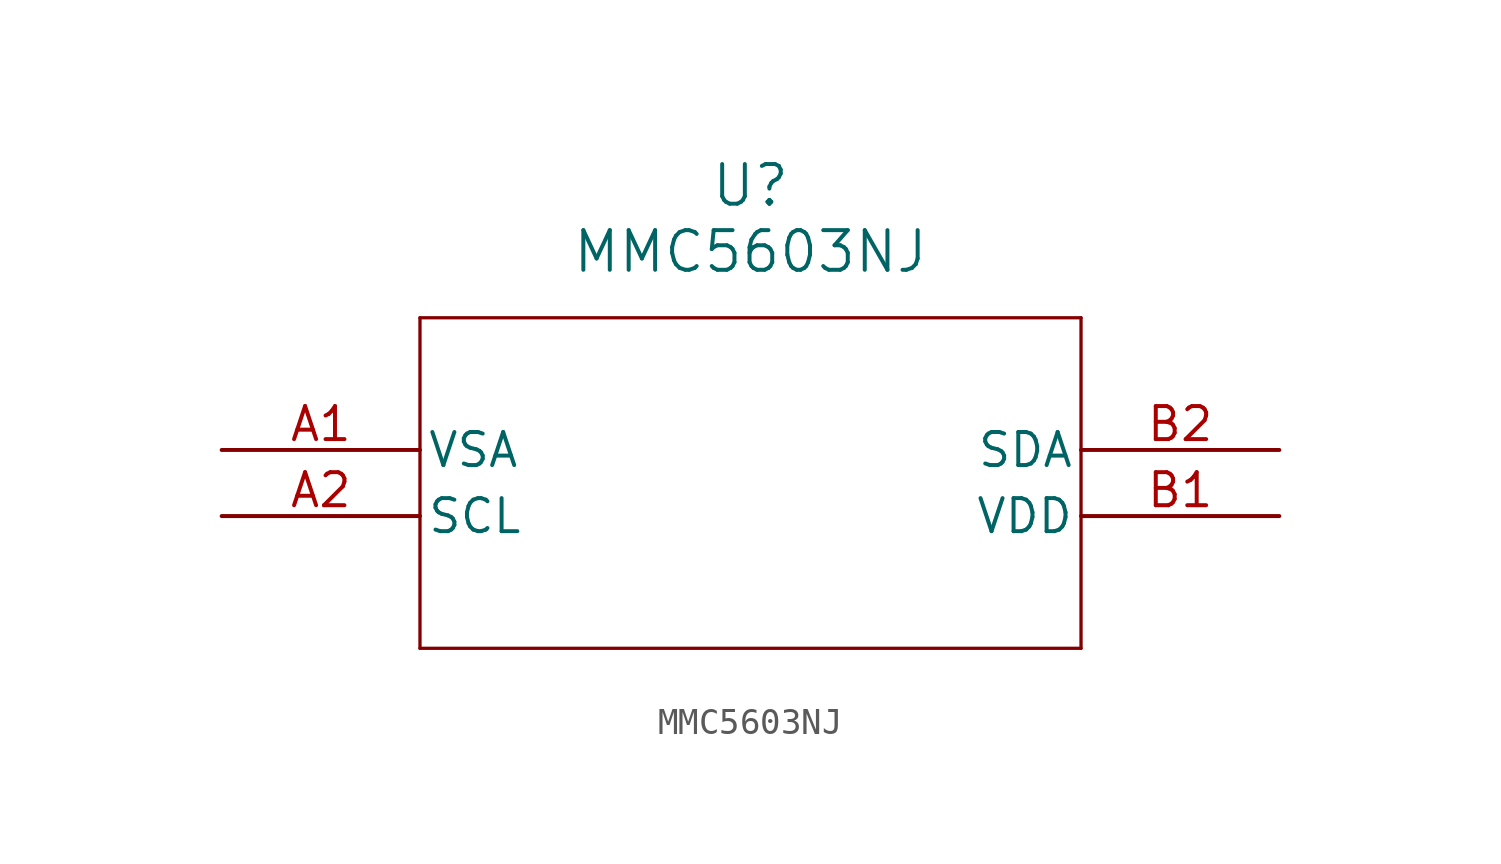
<source format=kicad_sym>
(kicad_symbol_lib
  (version 20241209)
  (generator "kicad_symbol_editor")
  (generator_version "9.0")
  (symbol "MMC5603NJ"
    (pin_names
      (offset 0.254))
    (property "Reference" "U"
      (at 20.32 10.16 0)
      (effects (font (size 1.524 1.524))))
    (property "Value" "MMC5603NJ"
      (at 20.32 7.62 0)
      (effects (font (size 1.524 1.524))))
    (symbol "MMC5603NJ_0_1"
      (polyline (pts (xy 7.62 5.08) (xy 7.62 -7.62)) (stroke (width 0.127) (type default)) (fill (type none)))
      (polyline (pts (xy 7.62 -7.62) (xy 33.02 -7.62)) (stroke (width 0.127) (type default)) (fill (type none)))
      (polyline (pts (xy 33.02 5.08) (xy 7.62 5.08)) (stroke (width 0.127) (type default)) (fill (type none)))
      (polyline (pts (xy 33.02 -7.62) (xy 33.02 5.08)) (stroke (width 0.127) (type default)) (fill (type none)))
      (pin power_out line (at 0 0 0) (length 7.62) (name "VSA" (effects (font (size 1.27 1.27)))) (number "A1" (effects (font (size 1.27 1.27)))))
      (pin input line (at 0 -2.54 0) (length 7.62) (name "SCL" (effects (font (size 1.27 1.27)))) (number "A2" (effects (font (size 1.27 1.27)))))
      (pin bidirectional line (at 40.64 0 180) (length 7.62) (name "SDA" (effects (font (size 1.27 1.27)))) (number "B2" (effects (font (size 1.27 1.27)))))
      (pin power_in line (at 40.64 -2.54 180) (length 7.62) (name "VDD" (effects (font (size 1.27 1.27)))) (number "B1" (effects (font (size 1.27 1.27))))))))
</source>
